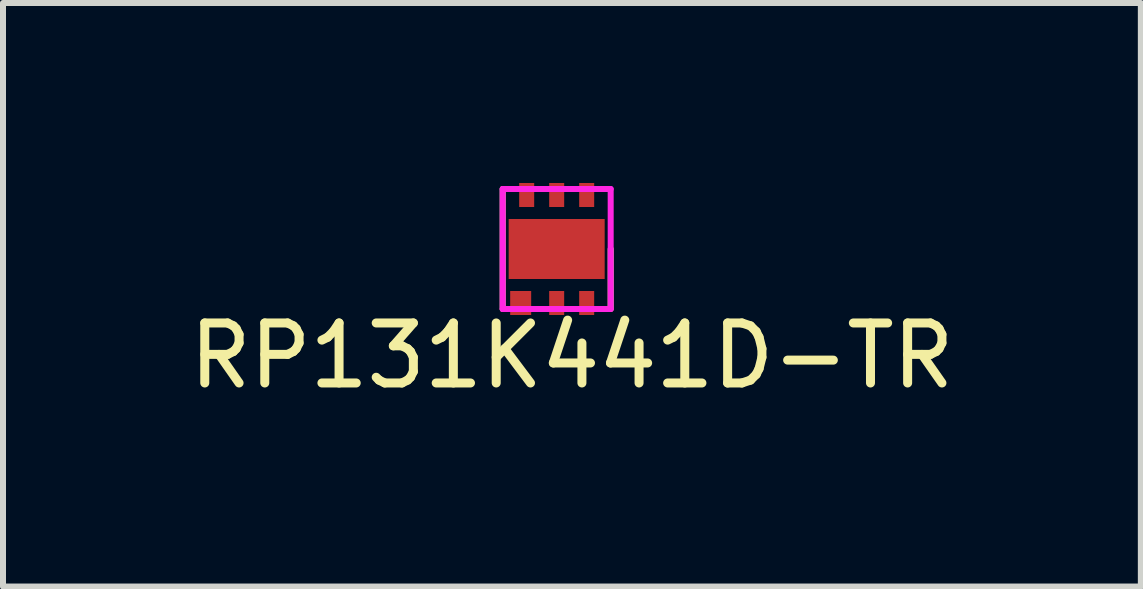
<source format=kicad_pcb>
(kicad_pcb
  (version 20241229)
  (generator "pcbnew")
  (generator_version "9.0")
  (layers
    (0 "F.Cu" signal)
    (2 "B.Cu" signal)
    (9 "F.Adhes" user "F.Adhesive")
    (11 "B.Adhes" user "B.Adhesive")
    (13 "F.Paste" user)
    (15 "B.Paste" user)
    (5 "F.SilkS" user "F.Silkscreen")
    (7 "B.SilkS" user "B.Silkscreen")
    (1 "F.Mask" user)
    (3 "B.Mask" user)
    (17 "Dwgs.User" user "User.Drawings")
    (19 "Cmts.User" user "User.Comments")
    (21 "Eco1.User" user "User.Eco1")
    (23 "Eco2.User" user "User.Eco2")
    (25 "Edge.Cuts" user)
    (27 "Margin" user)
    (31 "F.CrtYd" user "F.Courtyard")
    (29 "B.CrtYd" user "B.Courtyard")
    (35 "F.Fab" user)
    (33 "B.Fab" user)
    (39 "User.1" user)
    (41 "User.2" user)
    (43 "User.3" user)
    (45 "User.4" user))
  (footprint "RP131K441D-TR"
    (layer "F.Cu")
    (at 6.228 1.1)
    (property "Reference" "RP131K441D-TR" (at 0.254 1.778 0) (layer "F.SilkS") (effects (font (size 1 1) (thickness 0.15))))
    (attr through_hole)
    (fp_line (start -0.9 -1) (end -0.9 1) (stroke (width 0.1) (type solid)) (layer "F.SilkS"))
    (fp_line (start 0.9 0) (end 0.9 1) (stroke (width 0.1) (type solid)) (layer "F.SilkS"))
    (fp_line (start -0.9 -1) (end -0.9 1) (stroke (width 0.1) (type solid)) (layer "F.CrtYd"))
    (fp_line (start -0.9 -1) (end 0.9 -1) (stroke (width 0.1) (type solid)) (layer "F.CrtYd"))
    (fp_line (start -0.9 1) (end 0.9 1) (stroke (width 0.1) (type solid)) (layer "F.CrtYd"))
    (fp_line (start 0.9 -1) (end 0.9 1) (stroke (width 0.1) (type solid)) (layer "F.CrtYd"))
    (pad "1" smd rect (at -0.6 0.9) (size 0.35 0.4) (layers "F.Cu" "F.Mask" "F.Paste"))
    (pad "2" smd rect (at 0 0.9) (size 0.25 0.4) (layers "F.Cu" "F.Mask" "F.Paste"))
    (pad "3" smd rect (at 0 0) (size 1.6 1) (layers "F.Cu" "F.Mask" "F.Paste"))
    (pad "3" smd rect (at 0.5 0.9) (size 0.25 0.4) (layers "F.Cu" "F.Mask" "F.Paste"))
    (pad "4" smd rect (at 0.5 -0.9) (size 0.25 0.4) (layers "F.Cu" "F.Mask" "F.Paste"))
    (pad "5" smd rect (at 0 -0.9) (size 0.25 0.4) (layers "F.Cu" "F.Mask" "F.Paste"))
    (pad "6" smd rect (at -0.5 -0.9) (size 0.25 0.4) (layers "F.Cu" "F.Mask" "F.Paste")))
  (gr_rect
    (start -3 -3)
    (end 15.964 6.726)
    (stroke (width 0.1) (type default))
    (fill no)
    (layer "Edge.Cuts")))
</source>
